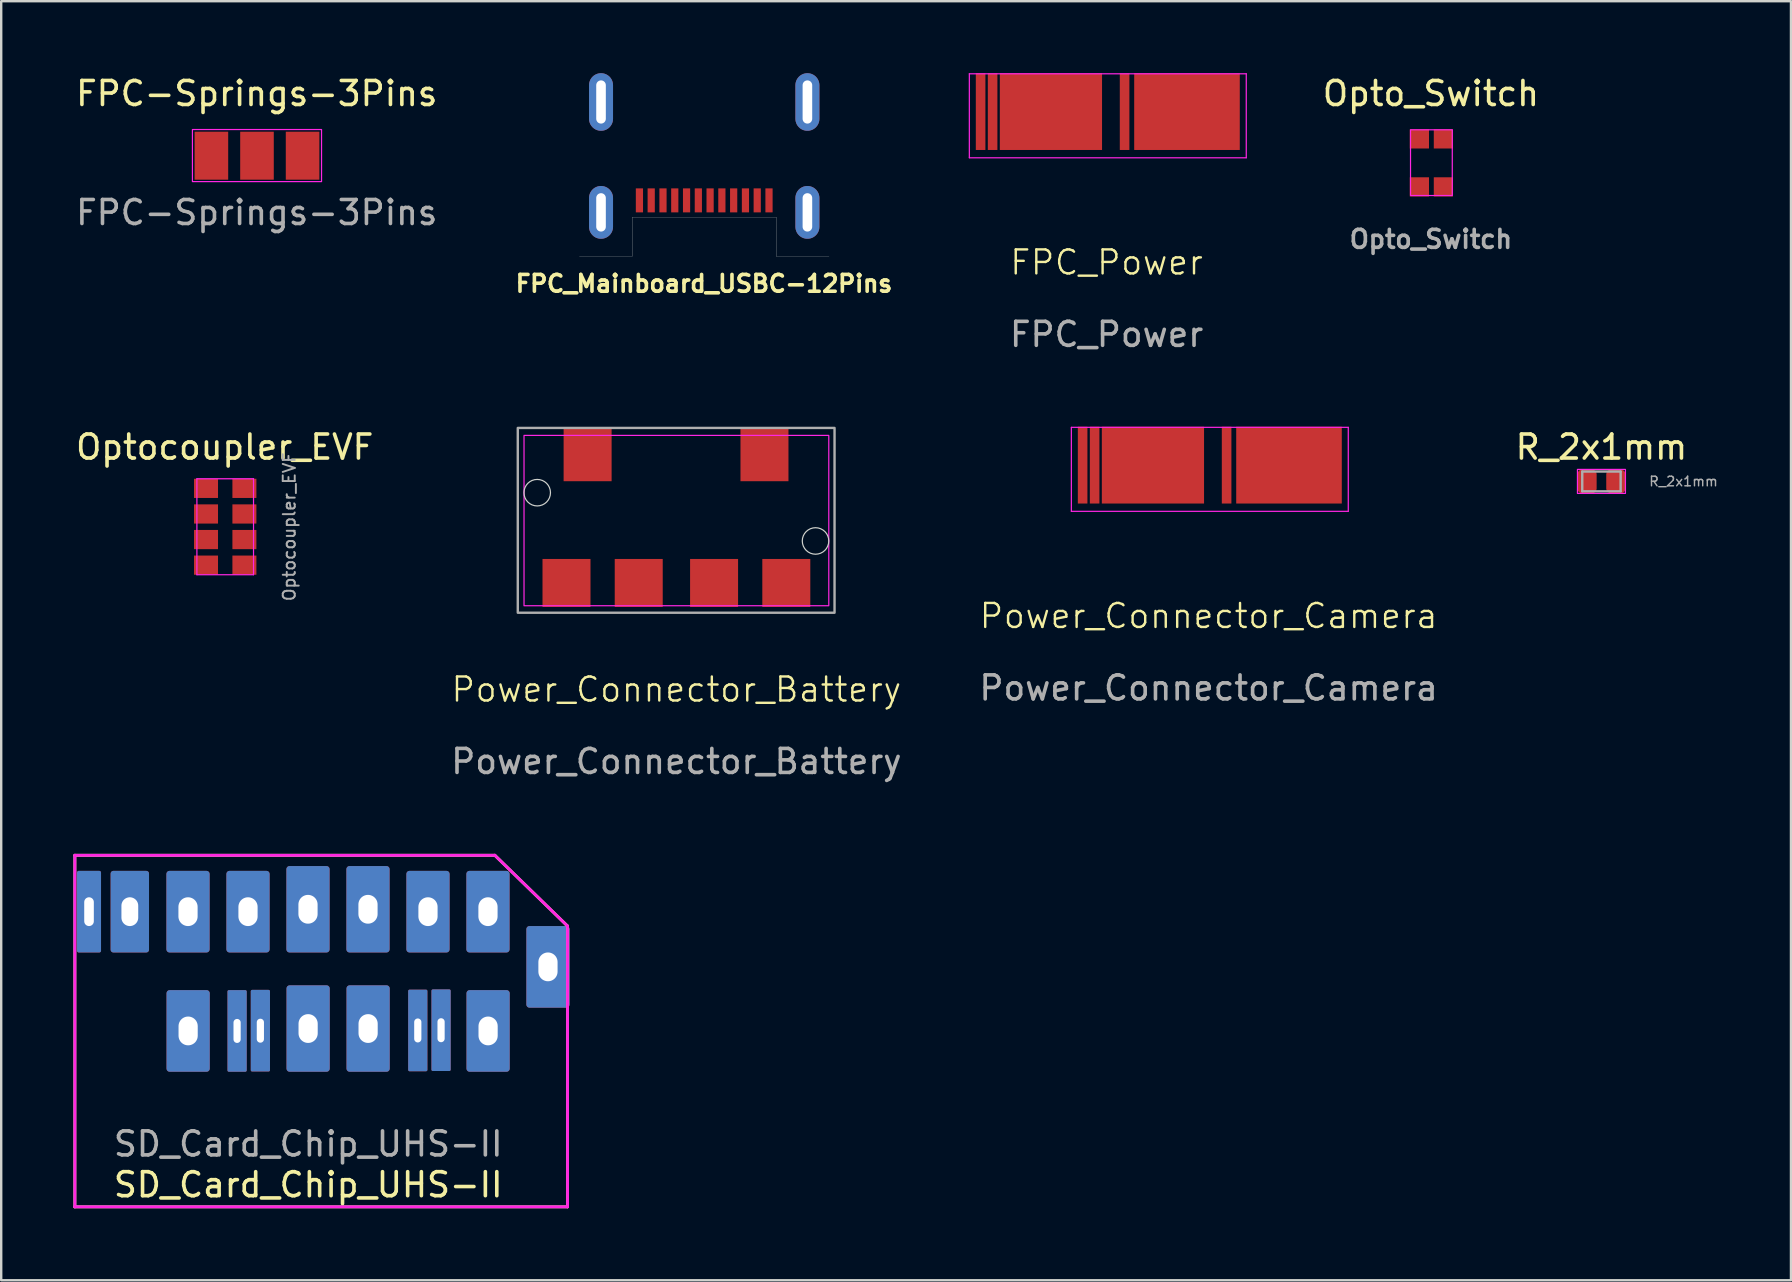
<source format=kicad_pcb>
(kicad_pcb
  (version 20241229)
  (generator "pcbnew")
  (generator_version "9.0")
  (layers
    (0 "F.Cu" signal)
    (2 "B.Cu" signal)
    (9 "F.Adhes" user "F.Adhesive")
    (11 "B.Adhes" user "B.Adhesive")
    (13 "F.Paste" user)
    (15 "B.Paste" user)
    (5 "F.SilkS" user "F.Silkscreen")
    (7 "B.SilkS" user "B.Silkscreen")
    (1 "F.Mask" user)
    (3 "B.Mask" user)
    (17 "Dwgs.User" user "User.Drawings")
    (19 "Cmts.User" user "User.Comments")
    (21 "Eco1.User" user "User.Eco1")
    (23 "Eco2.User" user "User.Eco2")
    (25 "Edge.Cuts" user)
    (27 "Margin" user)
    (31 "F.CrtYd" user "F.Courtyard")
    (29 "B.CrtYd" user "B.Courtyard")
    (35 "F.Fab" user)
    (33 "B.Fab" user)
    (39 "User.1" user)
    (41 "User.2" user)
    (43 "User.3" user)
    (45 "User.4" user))
  (footprint "Power_Connector_Camera"
    (layer "F.Cu")
    (at 47.295 16.508)
    (property "Reference" "Power_Connector_Camera" (at 0.02 6.11 0) (unlocked yes) (layer "F.SilkS") (effects (font (size 1 1) (thickness 0.1))))
    (attr smd)
    (fp_poly (pts (xy -5.72 -1.71) (xy 5.86 -1.71) (xy 5.86 1.77) (xy -5.72 1.77)) (stroke (width 0.1) (type solid)) (fill yes) (layer "F.Mask"))
    (fp_line (start -5.7 -1.75) (end 5.84 -1.75) (stroke (width 0.05) (type default)) (layer "F.CrtYd"))
    (fp_line (start -5.7 1.75) (end -5.7 -1.75) (stroke (width 0.05) (type default)) (layer "F.CrtYd"))
    (fp_line (start 5.84 -1.75) (end 5.84 1.75) (stroke (width 0.05) (type default)) (layer "F.CrtYd"))
    (fp_line (start 5.84 1.75) (end -5.7 1.75) (stroke (width 0.05) (type default)) (layer "F.CrtYd"))
    (fp_text user "${REFERENCE}" (at 0.02 9.11 0) (unlocked yes) (layer "F.Fab") (effects (font (size 1 1) (thickness 0.15))))
    (pad "1" smd rect (at -5.23 -0.175) (size 0.4 3.2) (layers "F.Cu" "F.Mask"))
    (pad "2" smd rect (at -4.73 -0.175) (size 0.4 3.2) (layers "F.Cu" "F.Mask"))
    (pad "3" smd rect (at -2.3 -0.175) (size 4.26 3.2) (layers "F.Cu" "F.Mask"))
    (pad "4" smd rect (at 0.77 -0.175) (size 0.4 3.2) (layers "F.Cu" "F.Mask"))
    (pad "5" smd rect (at 3.37 -0.175) (size 4.4 3.2) (layers "F.Cu" "F.Mask")))
  (footprint "Optocoupler_EVF"
    (layer "F.Cu")
    (at 6.335 18.901)
    (property "Reference" "Optocoupler_EVF" (at -0.02 -3.32 0) (layer "F.SilkS") (effects (font (size 1 1) (thickness 0.15))))
    (attr smd)
    (fp_line (start -1.18 2) (end -1.18 -2) (stroke (width 0.05) (type solid)) (layer "F.CrtYd"))
    (fp_line (start -1.18 2) (end 1.18 2) (stroke (width 0.05) (type solid)) (layer "F.CrtYd"))
    (fp_line (start 1.18 -2) (end -1.18 -2) (stroke (width 0.05) (type solid)) (layer "F.CrtYd"))
    (fp_line (start 1.18 -2) (end 1.18 2) (stroke (width 0.05) (type solid)) (layer "F.CrtYd"))
    (fp_text user "${REFERENCE}" (at 2.67 0 90) (layer "F.Fab") (effects (font (size 0.5 0.5) (thickness 0.08))))
    (pad "1" smd rect (at -0.8 1.6) (size 1 0.8) (layers "F.Cu" "F.Mask" "F.Paste"))
    (pad "2" smd rect (at -0.8 0.533) (size 1 0.8) (layers "F.Cu" "F.Mask" "F.Paste"))
    (pad "3" smd rect (at -0.8 -0.533) (size 1 0.8) (layers "F.Cu" "F.Mask" "F.Paste"))
    (pad "4" smd rect (at -0.8 -1.6) (size 1 0.8) (layers "F.Cu" "F.Mask" "F.Paste"))
    (pad "5" smd rect (at 0.8 -1.6) (size 1 0.8) (layers "F.Cu" "F.Mask" "F.Paste"))
    (pad "6" smd rect (at 0.8 -0.533) (size 1 0.8) (layers "F.Cu" "F.Mask" "F.Paste"))
    (pad "7" smd rect (at 0.8 0.533) (size 1 0.8) (layers "F.Cu" "F.Mask" "F.Paste"))
    (pad "8" smd rect (at 0.8 1.6) (size 1 0.8) (layers "F.Cu" "F.Mask" "F.Paste")))
  (footprint "R_2x1mm"
    (layer "F.Cu")
    (at 63.685 17.012)
    (property "Reference" "R_2x1mm" (at 0 -1.43 0) (layer "F.SilkS") (effects (font (size 1 1) (thickness 0.15))))
    (attr smd)
    (fp_rect (start -1 -0.5) (end 1 0.5) (stroke (width 0.05) (type solid)) (fill no) (layer "F.CrtYd"))
    (fp_line (start -0.8 -0.412) (end 0.8 -0.412) (stroke (width 0.1) (type solid)) (layer "F.Fab"))
    (fp_line (start -0.8 0.412) (end -0.8 -0.412) (stroke (width 0.1) (type solid)) (layer "F.Fab"))
    (fp_line (start 0.8 -0.412) (end 0.8 0.412) (stroke (width 0.1) (type solid)) (layer "F.Fab"))
    (fp_line (start 0.8 0.412) (end -0.8 0.412) (stroke (width 0.1) (type solid)) (layer "F.Fab"))
    (fp_text user "${REFERENCE}" (at 3.42 0 0) (layer "F.Fab") (effects (font (size 0.4 0.4) (thickness 0.06))))
    (pad "1" smd roundrect (at -0.6 0) (size 0.8 1) (layers "F.Cu" "F.Mask" "F.Paste") (roundrect_rratio 0.25))
    (pad "2" smd roundrect (at 0.6 0) (size 0.8 1) (layers "F.Cu" "F.Mask" "F.Paste") (roundrect_rratio 0.25)))
  (footprint "Opto_Switch"
    (layer "F.Cu")
    (at 56.599 3.738)
    (property "Reference" "Opto_Switch" (at -0.02 -2.89 0) (layer "F.SilkS") (effects (font (size 1 1) (thickness 0.15))))
    (attr smd)
    (fp_rect (start -0.87 -1.38) (end 0.87 1.36) (stroke (width 0.05) (type default)) (fill no) (layer "F.CrtYd"))
    (fp_text user "${REFERENCE}" (at -0.02 3.18 0) (layer "F.Fab") (effects (font (size 0.75 0.75) (thickness 0.15))))
    (pad "" smd roundrect (at -0.5 -1) (size 0.6 0.6) (layers "F.Mask" "F.Paste") (roundrect_rratio 0.25))
    (pad "" smd roundrect (at -0.5 1) (size 0.6 0.6) (layers "F.Mask" "F.Paste") (roundrect_rratio 0.25))
    (pad "" smd roundrect (at 0.5 -1) (size 0.6 0.6) (layers "F.Mask" "F.Paste") (roundrect_rratio 0.25))
    (pad "" smd roundrect (at 0.5 1) (size 0.6 0.6) (layers "F.Mask" "F.Paste") (roundrect_rratio 0.25))
    (pad "1" smd rect (at -0.5 1) (size 0.8 0.8) (layers "F.Cu"))
    (pad "2" smd rect (at 0.5 1) (size 0.8 0.8) (layers "F.Cu"))
    (pad "3" smd rect (at -0.5 -1) (size 0.8 0.8) (layers "F.Cu"))
    (pad "4" smd rect (at 0.5 -1) (size 0.8 0.8) (layers "F.Cu")))
  (footprint "Power_Connector_Battery"
    (layer "F.Cu")
    (at 25.137 18.643)
    (property "Reference" "Power_Connector_Battery" (at 0 7.04 0) (unlocked yes) (layer "F.SilkS") (effects (font (size 1 1) (thickness 0.1))))
    (attr smd)
    (fp_circle (center -5.8 -1.162) (end -5.35 -1.482) (stroke (width 0.05) (type default)) (fill no) (layer "Edge.Cuts"))
    (fp_circle (center 5.798 0.85) (end 6.248 0.53) (stroke (width 0.05) (type default)) (fill no) (layer "Edge.Cuts"))
    (fp_rect (start -6.35 -3.55) (end 6.35 3.55) (stroke (width 0.05) (type default)) (fill no) (layer "F.CrtYd"))
    (fp_rect (start -6.61 -3.86) (end 6.59 3.84) (stroke (width 0.1) (type default)) (fill no) (layer "F.Fab"))
    (fp_text user "${REFERENCE}" (at 0 10.04 0) (unlocked yes) (layer "F.Fab") (effects (font (size 1 1) (thickness 0.15))))
    (pad "" smd roundrect (at -4.58 2.59) (size 1.8 1.8) (layers "F.Paste") (roundrect_rratio 0.125))
    (pad "" smd roundrect (at -3.7 -2.84) (size 1.8 1.8) (layers "F.Paste") (roundrect_rratio 0.125))
    (pad "" smd rect (at -3.7 -2.74) (size 2 2.2) (layers "F.Cu" "F.Mask"))
    (pad "" smd roundrect (at -1.57 2.61) (size 1.8 1.8) (layers "F.Paste") (roundrect_rratio 0.125))
    (pad "" smd roundrect (at 1.57 2.61) (size 1.8 1.8) (layers "F.Paste") (roundrect_rratio 0.125))
    (pad "" smd roundrect (at 3.67 -2.85) (size 1.8 1.8) (layers "F.Paste") (roundrect_rratio 0.125))
    (pad "" smd rect (at 3.67 -2.74) (size 2 2.2) (layers "F.Cu" "F.Mask"))
    (pad "" smd roundrect (at 4.58 2.6) (size 1.8 1.8) (layers "F.Paste") (roundrect_rratio 0.125))
    (pad "1" smd rect (at -4.58 2.6) (size 2 2) (layers "F.Cu" "F.Mask"))
    (pad "2" smd rect (at -1.57 2.6) (size 2 2) (layers "F.Cu" "F.Mask"))
    (pad "3" smd rect (at 1.57 2.6) (size 2 2) (layers "F.Cu" "F.Mask"))
    (pad "4" smd rect (at 4.58 2.6) (size 2 2) (layers "F.Cu" "F.Mask")))
  (footprint "FPC-Springs-3Pins"
    (layer "F.Cu")
    (at 7.659 3.438)
    (property "Reference" "FPC-Springs-3Pins" (at -0.01 -2.59 0) (layer "F.SilkS") (effects (font (size 1 1) (thickness 0.15))))
    (attr smd)
    (fp_rect (start -2.69 -1.09) (end 2.69 1.08) (stroke (width 0.05) (type solid)) (fill no) (layer "F.CrtYd"))
    (fp_text user "${REFERENCE}" (at -0.01 2.37 0) (layer "F.Fab") (effects (font (size 1 1) (thickness 0.15))))
    (pad "1" smd rect (at -1.9 0) (size 1.4 2) (layers "F.Cu" "F.Mask" "F.Paste"))
    (pad "2" smd rect (at 0 0) (size 1.4 2) (layers "F.Cu" "F.Mask" "F.Paste"))
    (pad "3" smd rect (at 1.9 0) (size 1.4 2) (layers "F.Cu" "F.Mask" "F.Paste")))
  (footprint "FPC_Power"
    (layer "F.Cu")
    (at 43.044 1.775)
    (property "Reference" "FPC_Power" (at 0.02 6.11 0) (unlocked yes) (layer "F.SilkS") (effects (font (size 1 1) (thickness 0.1))))
    (attr smd)
    (fp_poly (pts (xy -5.72 -1.72) (xy 5.86 -1.72) (xy 5.86 1.77) (xy -5.72 1.77)) (stroke (width 0.1) (type solid)) (fill yes) (layer "F.Mask"))
    (fp_line (start -5.7 -1.75) (end 5.84 -1.75) (stroke (width 0.05) (type default)) (layer "F.CrtYd"))
    (fp_line (start -5.7 1.75) (end -5.7 -1.75) (stroke (width 0.05) (type default)) (layer "F.CrtYd"))
    (fp_line (start 5.84 -1.75) (end 5.84 1.75) (stroke (width 0.05) (type default)) (layer "F.CrtYd"))
    (fp_line (start 5.84 1.75) (end -5.7 1.75) (stroke (width 0.05) (type default)) (layer "F.CrtYd"))
    (fp_text user "${REFERENCE}" (at 0.02 9.11 0) (unlocked yes) (layer "F.Fab") (effects (font (size 1 1) (thickness 0.15))))
    (pad "1" connect rect (at -5.23 -0.175) (size 0.4 3.2) (layers "F.Cu" "F.Mask"))
    (pad "2" connect rect (at -4.73 -0.175) (size 0.4 3.2) (layers "F.Cu" "F.Mask"))
    (pad "3" connect rect (at -2.3 -0.175) (size 4.26 3.2) (layers "F.Cu" "F.Mask"))
    (pad "4" connect rect (at 0.77 -0.175) (size 0.4 3.2) (layers "F.Cu" "F.Mask"))
    (pad "5" connect rect (at 3.37 -0.175) (size 4.4 3.2) (layers "F.Cu" "F.Mask")))
  (footprint "FPC_Mainboard_USBC-12Pins"
    (layer "F.Cu")
    (at 26.296 5.8)
    (property "Reference" "FPC_Mainboard_USBC-12Pins" (at -0.01 2.97 0) (layer "F.SilkS") (effects (font (size 0.7 0.7) (thickness 0.15))))
    (attr through_hole)
    (fp_line (start -5.2 1.83) (end -3 1.83) (stroke (width 0.01) (type solid)) (layer "Edge.Cuts"))
    (fp_line (start -3 0.2) (end -3 1.83) (stroke (width 0.01) (type solid)) (layer "Edge.Cuts"))
    (fp_line (start -3 0.2) (end 3 0.2) (stroke (width 0.01) (type solid)) (layer "Edge.Cuts"))
    (fp_line (start 3 0.2) (end 3 1.83) (stroke (width 0.01) (type solid)) (layer "Edge.Cuts"))
    (fp_line (start 3 1.83) (end 5.2 1.83) (stroke (width 0.01) (type solid)) (layer "Edge.Cuts"))
    (pad "1" smd rect (at 2.7 -0.5) (size 0.3 1) (layers "F.Cu" "F.Mask" "F.Paste"))
    (pad "2" smd rect (at 2.209 -0.5) (size 0.3 1) (layers "F.Cu" "F.Mask" "F.Paste"))
    (pad "3" smd rect (at 1.718 -0.5) (size 0.3 1) (layers "F.Cu" "F.Mask" "F.Paste"))
    (pad "4" smd rect (at 1.227 -0.5) (size 0.3 1) (layers "F.Cu" "F.Mask" "F.Paste"))
    (pad "5" smd rect (at 0.736 -0.5) (size 0.3 1) (layers "F.Cu" "F.Mask" "F.Paste"))
    (pad "6" smd rect (at 0.245 -0.5) (size 0.3 1) (layers "F.Cu" "F.Mask" "F.Paste"))
    (pad "7" smd rect (at -0.245 -0.5) (size 0.3 1) (layers "F.Cu" "F.Mask" "F.Paste"))
    (pad "8" smd rect (at -0.736 -0.5) (size 0.3 1) (layers "F.Cu" "F.Mask" "F.Paste"))
    (pad "9" smd rect (at -1.227 -0.5) (size 0.3 1) (layers "F.Cu" "F.Mask" "F.Paste"))
    (pad "10" smd rect (at -1.718 -0.5) (size 0.3 1) (layers "F.Cu" "F.Mask" "F.Paste"))
    (pad "11" smd rect (at -2.209 -0.5) (size 0.3 1) (layers "F.Cu" "F.Mask" "F.Paste"))
    (pad "12" smd rect (at -2.7 -0.5) (size 0.3 1) (layers "F.Cu" "F.Mask" "F.Paste"))
    (pad "13" thru_hole oval (at -4.3 -4.6) (size 1 2.4) (drill oval 0.4 1.8) (layers "*.Cu" "*.Mask"))
    (pad "13" thru_hole oval (at -4.3 0) (size 1 2.2) (drill oval 0.4 1.6) (layers "*.Cu" "*.Mask"))
    (pad "13" thru_hole oval (at 4.3 -4.6) (size 1 2.4) (drill oval 0.4 1.8) (layers "*.Cu" "*.Mask"))
    (pad "13" thru_hole oval (at 4.3 0) (size 1 2.2) (drill oval 0.4 1.6) (layers "*.Cu" "*.Mask")))
  (footprint "SD_Card_Chip_UHS-II"
    (layer "F.Cu")
    (at 9.795 32.971)
    (property "Reference" "SD_Card_Chip_UHS-II" (at 0 13.35 0) (unlocked yes) (layer "F.SilkS") (effects (font (size 1 1) (thickness 0.15))))
    (attr exclude_from_pos_files exclude_from_bom)
    (fp_line (start -9.735 14.27) (end 10.805 14.27) (stroke (width 0.12) (type solid)) (layer "F.SilkS"))
    (fp_line (start -9.725 -0.38) (end 7.775 -0.38) (stroke (width 0.12) (type solid)) (layer "F.SilkS"))
    (fp_line (start -9.725 14.27) (end -9.725 -0.38) (stroke (width 0.12) (type solid)) (layer "F.SilkS"))
    (fp_line (start 7.775 -0.38) (end 10.805 2.57) (stroke (width 0.12) (type solid)) (layer "F.SilkS"))
    (fp_line (start 10.805 2.57) (end 10.805 14.27) (stroke (width 0.12) (type solid)) (layer "F.SilkS"))
    (fp_line (start -9.735 14.27) (end 10.805 14.27) (stroke (width 0.12) (type solid)) (layer "F.CrtYd"))
    (fp_line (start -9.725 -0.38) (end 7.775 -0.38) (stroke (width 0.12) (type solid)) (layer "F.CrtYd"))
    (fp_line (start -9.725 14.27) (end -9.725 -0.38) (stroke (width 0.12) (type solid)) (layer "F.CrtYd"))
    (fp_line (start 7.775 -0.38) (end 10.805 2.57) (stroke (width 0.12) (type solid)) (layer "F.CrtYd"))
    (fp_line (start 10.805 2.57) (end 10.805 14.27) (stroke (width 0.12) (type solid)) (layer "F.CrtYd"))
    (fp_text user "${REFERENCE}" (at 0 11.65 0) (unlocked yes) (layer "F.Fab") (effects (font (size 1 1) (thickness 0.15))))
    (pad "" smd roundrect (at -9.135 1.97) (size 0.7 2) (layers "*.Paste" "*.Mask") (roundrect_rratio 0.1))
    (pad "" smd roundrect (at -7.435 1.97) (size 1.2 2) (layers "*.Paste" "*.Mask") (roundrect_rratio 0.1))
    (pad "" smd roundrect (at -5.01 1.97) (size 1.2 2) (layers "*.Paste" "*.Mask") (roundrect_rratio 0.1))
    (pad "" smd roundrect (at -5.005 6.94) (size 1.2 2) (layers "*.Paste" "*.Mask") (roundrect_rratio 0.1))
    (pad "" smd roundrect (at -2.965 6.94) (size 0.6 2) (layers "*.Paste" "*.Mask") (roundrect_rratio 0.1))
    (pad "" smd roundrect (at -2.51 1.97) (size 1.2 2) (layers "*.Paste" "*.Mask") (roundrect_rratio 0.1))
    (pad "" smd roundrect (at -1.99 6.94) (size 0.6 2) (layers "*.Paste" "*.Mask") (roundrect_rratio 0.1))
    (pad "" smd roundrect (at 0 1.87) (size 1.2 2) (layers "*.Paste" "*.Mask") (roundrect_rratio 0.1))
    (pad "" smd roundrect (at 0.005 6.84) (size 1.2 2) (layers "*.Paste" "*.Mask") (roundrect_rratio 0.1))
    (pad "" smd roundrect (at 2.5 1.87) (size 1.2 2) (layers "*.Paste" "*.Mask") (roundrect_rratio 0.1))
    (pad "" smd roundrect (at 2.505 6.84) (size 1.2 2) (layers "*.Paste" "*.Mask") (roundrect_rratio 0.1))
    (pad "" smd roundrect (at 4.57 6.84) (size 0.6 2) (layers "*.Paste" "*.Mask") (roundrect_rratio 0.1))
    (pad "" smd roundrect (at 4.99 1.97) (size 1.2 2) (layers "*.Paste" "*.Mask") (roundrect_rratio 0.1))
    (pad "" smd roundrect (at 5.545 6.84) (size 0.6 2) (layers "*.Paste" "*.Mask") (roundrect_rratio 0.1))
    (pad "" smd roundrect (at 7.49 1.97) (size 1.2 2) (layers "*.Paste" "*.Mask") (roundrect_rratio 0.1))
    (pad "" smd roundrect (at 7.495 6.94) (size 1.2 2) (layers "*.Paste" "*.Mask") (roundrect_rratio 0.1))
    (pad "" smd roundrect (at 9.99 4.27) (size 1.2 2) (layers "*.Paste" "*.Mask") (roundrect_rratio 0.1))
    (pad "1" thru_hole roundrect (at 7.49 1.97) (size 1.8 3.4) (drill oval 0.8 1.2) (layers "*.Cu") (roundrect_rratio 0.071))
    (pad "2" thru_hole roundrect (at 4.99 1.97) (size 1.8 3.4) (drill oval 0.8 1.2) (layers "*.Cu") (roundrect_rratio 0.071))
    (pad "3" thru_hole roundrect (at 2.49 1.87) (size 1.8 3.6) (drill oval 0.8 1.2) (layers "*.Cu") (roundrect_rratio 0.071))
    (pad "4" thru_hole roundrect (at -0.01 1.87) (size 1.8 3.6) (drill oval 0.8 1.2) (layers "*.Cu") (roundrect_rratio 0.071))
    (pad "5" thru_hole roundrect (at -2.51 1.97) (size 1.8 3.4) (drill oval 0.8 1.2) (layers "*.Cu") (roundrect_rratio 0.071))
    (pad "6" thru_hole roundrect (at -5.01 1.97) (size 1.8 3.4) (drill oval 0.8 1.2) (layers "*.Cu") (roundrect_rratio 0.071))
    (pad "7" thru_hole roundrect (at -7.435 1.97) (size 1.6 3.4) (drill oval 0.7 1.2) (layers "*.Cu") (roundrect_rratio 0.071))
    (pad "8" thru_hole roundrect (at -9.135 1.97) (size 1 3.4) (drill oval 0.4 1.2) (layers "*.Cu") (roundrect_rratio 0.071))
    (pad "9" thru_hole roundrect (at 9.99 4.27) (size 1.8 3.4) (drill oval 0.8 1.2) (layers "*.Cu") (roundrect_rratio 0.071))
    (pad "10" thru_hole roundrect (at 7.495 6.94) (size 1.8 3.4) (drill oval 0.8 1.2) (layers "*.Cu") (roundrect_rratio 0.071))
    (pad "11" thru_hole roundrect (at 5.535 6.91) (size 0.8 3.4) (drill oval 0.3 1) (layers "*.Cu") (roundrect_rratio 0.071))
    (pad "12" thru_hole roundrect (at 4.565 6.92) (size 0.8 3.4) (drill oval 0.3 1) (layers "*.Cu") (roundrect_rratio 0.071))
    (pad "13" thru_hole roundrect (at 2.495 6.84) (size 1.8 3.6) (drill oval 0.8 1.2) (layers "*.Cu") (roundrect_rratio 0.071))
    (pad "14" thru_hole roundrect (at -0.005 6.84) (size 1.8 3.6) (drill oval 0.8 1.2) (layers "*.Cu") (roundrect_rratio 0.071))
    (pad "15" thru_hole roundrect (at -1.995 6.93) (size 0.8 3.4) (drill oval 0.3 1) (layers "*.Cu") (roundrect_rratio 0.071))
    (pad "16" thru_hole roundrect (at -2.965 6.94) (size 0.8 3.4) (drill oval 0.3 1) (layers "*.Cu") (roundrect_rratio 0.071))
    (pad "17" thru_hole roundrect (at -5.005 6.94) (size 1.8 3.4) (drill oval 0.8 1.2) (layers "*.Cu") (roundrect_rratio 0.071)))
  (gr_rect
    (start -3 -3)
    (end 71.583 50.301)
    (stroke (width 0.1) (type default))
    (fill no)
    (layer "Edge.Cuts")))
</source>
